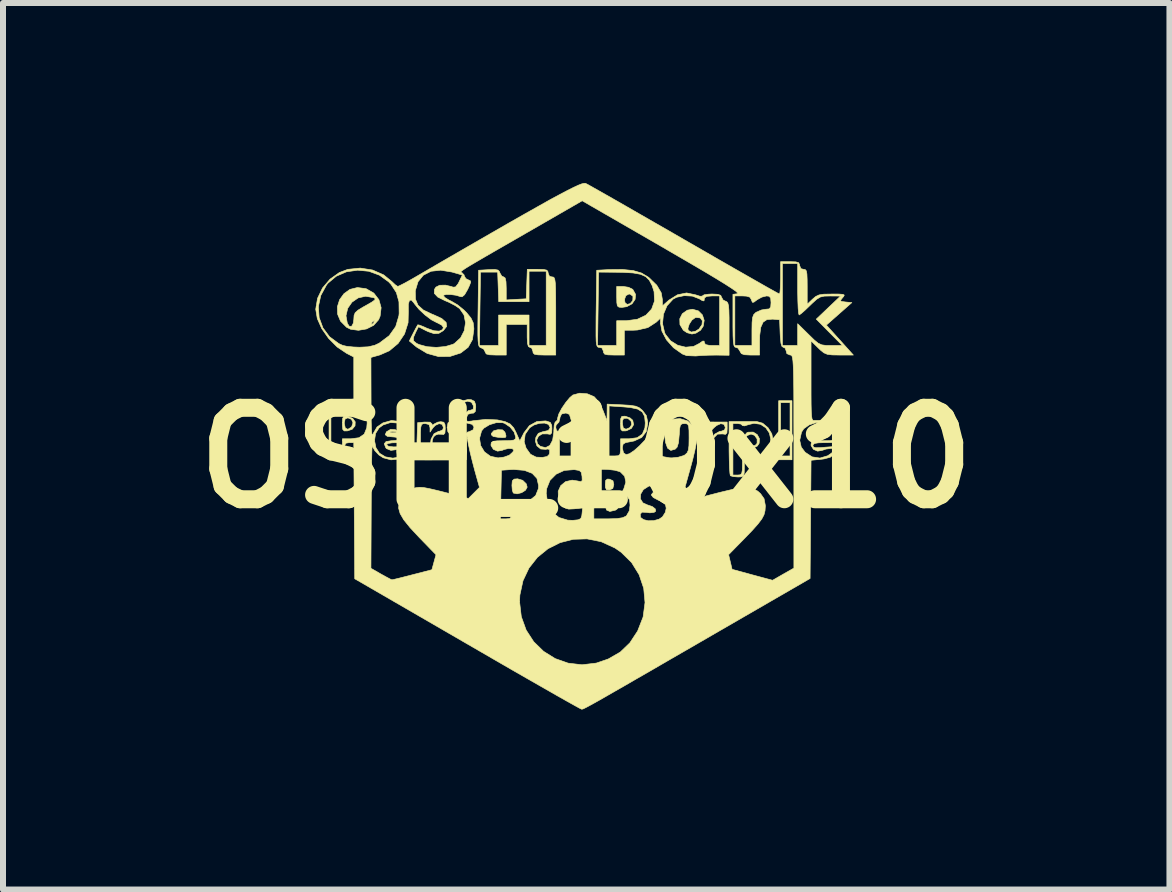
<source format=kicad_pcb>
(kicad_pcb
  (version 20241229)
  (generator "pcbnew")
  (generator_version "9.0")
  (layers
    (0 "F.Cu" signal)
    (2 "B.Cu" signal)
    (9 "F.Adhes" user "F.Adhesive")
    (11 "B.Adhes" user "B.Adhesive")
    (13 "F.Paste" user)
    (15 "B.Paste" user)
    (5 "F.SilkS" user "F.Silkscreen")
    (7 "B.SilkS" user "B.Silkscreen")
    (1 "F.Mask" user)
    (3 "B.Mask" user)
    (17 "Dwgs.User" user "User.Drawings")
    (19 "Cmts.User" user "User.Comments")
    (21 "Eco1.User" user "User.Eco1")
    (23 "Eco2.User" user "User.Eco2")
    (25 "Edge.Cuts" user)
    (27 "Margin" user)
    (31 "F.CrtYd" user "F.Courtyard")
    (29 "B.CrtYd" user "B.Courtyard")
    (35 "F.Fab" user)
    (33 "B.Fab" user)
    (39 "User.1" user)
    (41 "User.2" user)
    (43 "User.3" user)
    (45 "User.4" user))
  (footprint "OSH_10x10"
    (layer "F.Cu")
    (at 6.72 4.581)
    (property "Reference" "OSH_10x10" (at 0 0 0) (layer "F.SilkS") (effects (font (size 1.524 1.524) (thickness 0.3))))
    (attr through_hole)
    (fp_poly (pts (xy 0.389 0.355) (xy 0.446 0.382) (xy 0.46 0.445) (xy 0.443 0.51) (xy 0.389 0.534) (xy 0.339 0.532) (xy 0.32 0.494) (xy 0.318 0.445) (xy 0.324 0.376) (xy 0.353 0.353) (xy 0.389 0.355)) (stroke (width 0.01) (type solid)) (fill yes) (layer "F.SilkS"))
    (fp_poly (pts (xy 3.429 0.032) (xy 3.207 0.032) (xy 3.207 -0.921) (xy 3.239 -0.921) (xy 3.239 -0.032) (xy 3.397 -0.032) (xy 3.397 -0.921) (xy 3.239 -0.921) (xy 3.207 -0.921) (xy 3.207 -0.953) (xy 3.429 -0.953) (xy 3.429 0.032)) (stroke (width 0.01) (type solid)) (fill yes) (layer "F.SilkS"))
    (fp_poly (pts (xy -1.395 -0.467) (xy -1.357 -0.432) (xy -1.349 -0.412) (xy -1.336 -0.363) (xy -1.347 -0.341) (xy -1.396 -0.338) (xy -1.47 -0.343) (xy -1.551 -0.357) (xy -1.581 -0.384) (xy -1.581 -0.407) (xy -1.542 -0.452) (xy -1.471 -0.47) (xy -1.395 -0.467)) (stroke (width 0.01) (type solid)) (fill yes) (layer "F.SilkS"))
    (fp_poly (pts (xy 0.427 0.677) (xy 0.468 0.687) (xy 0.522 0.726) (xy 0.541 0.789) (xy 0.521 0.847) (xy 0.49 0.87) (xy 0.394 0.893) (xy 0.338 0.869) (xy 0.318 0.796) (xy 0.318 0.778) (xy 0.325 0.702) (xy 0.357 0.671) (xy 0.427 0.677)) (stroke (width 0.01) (type solid)) (fill yes) (layer "F.SilkS"))
    (fp_poly (pts (xy -1.059 0.374) (xy -0.999 0.433) (xy -0.984 0.488) (xy -1.012 0.539) (xy -1.076 0.58) (xy -1.152 0.599) (xy -1.212 0.587) (xy -1.217 0.582) (xy -1.232 0.539) (xy -1.238 0.461) (xy -1.238 0.455) (xy -1.232 0.383) (xy -1.202 0.354) (xy -1.144 0.349) (xy -1.059 0.374)) (stroke (width 0.01) (type solid)) (fill yes) (layer "F.SilkS"))
    (fp_poly (pts (xy 3.93 -0.47) (xy 3.982 -0.443) (xy 3.988 -0.432) (xy 3.998 -0.373) (xy 3.965 -0.345) (xy 3.881 -0.342) (xy 3.864 -0.343) (xy 3.783 -0.357) (xy 3.753 -0.384) (xy 3.753 -0.407) (xy 3.766 -0.422) (xy 3.83 -0.422) (xy 3.873 -0.418) (xy 3.919 -0.423) (xy 3.913 -0.434) (xy 3.848 -0.438) (xy 3.834 -0.434) (xy 3.83 -0.422) (xy 3.766 -0.422) (xy 3.788 -0.449) (xy 3.856 -0.471) (xy 3.93 -0.47)) (stroke (width 0.01) (type solid)) (fill yes) (layer "F.SilkS"))
    (fp_poly (pts (xy -3.98 -0.693) (xy -3.893 -0.66) (xy -3.85 -0.601) (xy -3.853 -0.534) (xy -3.9 -0.477) (xy -3.98 -0.45) (xy -4.033 -0.449) (xy -4.057 -0.473) (xy -4.064 -0.54) (xy -4.064 -0.572) (xy -4.032 -0.572) (xy -4.015 -0.497) (xy -3.972 -0.476) (xy -3.914 -0.513) (xy -3.909 -0.52) (xy -3.887 -0.584) (xy -3.912 -0.642) (xy -3.972 -0.667) (xy -4.017 -0.65) (xy -4.032 -0.59) (xy -4.032 -0.572) (xy -4.064 -0.572) (xy -4.061 -0.654) (xy -4.043 -0.69) (xy -4 -0.695) (xy -3.98 -0.693)) (stroke (width 0.01) (type solid)) (fill yes) (layer "F.SilkS"))
    (fp_poly (pts (xy 2.85 -0.388) (xy 2.887 -0.32) (xy 2.882 -0.243) (xy 2.851 -0.197) (xy 2.778 -0.162) (xy 2.693 -0.169) (xy 2.636 -0.206) (xy 2.614 -0.271) (xy 2.638 -0.271) (xy 2.673 -0.213) (xy 2.746 -0.191) (xy 2.817 -0.209) (xy 2.848 -0.242) (xy 2.848 -0.316) (xy 2.805 -0.376) (xy 2.746 -0.397) (xy 2.683 -0.372) (xy 2.657 -0.346) (xy 2.638 -0.271) (xy 2.614 -0.271) (xy 2.611 -0.278) (xy 2.627 -0.358) (xy 2.676 -0.418) (xy 2.698 -0.428) (xy 2.783 -0.43) (xy 2.85 -0.388)) (stroke (width 0.01) (type solid)) (fill yes) (layer "F.SilkS"))
    (fp_poly (pts (xy 0.656 -0.693) (xy 0.732 -0.665) (xy 0.775 -0.627) (xy 0.79 -0.554) (xy 0.753 -0.491) (xy 0.674 -0.453) (xy 0.656 -0.45) (xy 0.602 -0.449) (xy 0.578 -0.473) (xy 0.572 -0.54) (xy 0.572 -0.572) (xy 0.572 -0.574) (xy 0.603 -0.574) (xy 0.618 -0.498) (xy 0.663 -0.478) (xy 0.725 -0.504) (xy 0.758 -0.554) (xy 0.746 -0.613) (xy 0.697 -0.655) (xy 0.674 -0.661) (xy 0.624 -0.658) (xy 0.605 -0.62) (xy 0.603 -0.574) (xy 0.572 -0.574) (xy 0.575 -0.654) (xy 0.592 -0.69) (xy 0.635 -0.695) (xy 0.656 -0.693)) (stroke (width 0.01) (type solid)) (fill yes) (layer "F.SilkS"))
    (fp_poly (pts (xy 0.706 -2.843) (xy 0.774 -2.809) (xy 0.776 -2.808) (xy 0.822 -2.726) (xy 0.815 -2.642) (xy 0.764 -2.568) (xy 0.676 -2.52) (xy 0.596 -2.508) (xy 0.546 -2.512) (xy 0.519 -2.533) (xy 0.51 -2.587) (xy 0.509 -2.642) (xy 0.638 -2.642) (xy 0.646 -2.588) (xy 0.682 -2.558) (xy 0.733 -2.571) (xy 0.774 -2.621) (xy 0.776 -2.625) (xy 0.779 -2.693) (xy 0.733 -2.728) (xy 0.712 -2.731) (xy 0.661 -2.704) (xy 0.638 -2.642) (xy 0.509 -2.642) (xy 0.508 -2.683) (xy 0.508 -2.857) (xy 0.617 -2.857) (xy 0.706 -2.843)) (stroke (width 0.01) (type solid)) (fill yes) (layer "F.SilkS"))
    (fp_poly (pts (xy 1.869 -2.45) (xy 1.936 -2.383) (xy 1.966 -2.291) (xy 1.95 -2.194) (xy 1.905 -2.127) (xy 1.829 -2.079) (xy 1.762 -2.064) (xy 1.68 -2.086) (xy 1.619 -2.127) (xy 1.599 -2.16) (xy 1.695 -2.16) (xy 1.7 -2.125) (xy 1.75 -2.097) (xy 1.822 -2.111) (xy 1.879 -2.148) (xy 1.929 -2.219) (xy 1.935 -2.286) (xy 1.901 -2.332) (xy 1.833 -2.34) (xy 1.814 -2.335) (xy 1.761 -2.296) (xy 1.717 -2.228) (xy 1.695 -2.16) (xy 1.599 -2.16) (xy 1.562 -2.22) (xy 1.559 -2.318) (xy 1.602 -2.403) (xy 1.684 -2.461) (xy 1.771 -2.477) (xy 1.869 -2.45)) (stroke (width 0.01) (type solid)) (fill yes) (layer "F.SilkS"))
    (fp_poly (pts (xy 2.349 -0.597) (xy 2.349 -0.488) (xy 2.345 -0.416) (xy 2.322 -0.392) (xy 2.275 -0.399) (xy 2.187 -0.396) (xy 2.129 -0.336) (xy 2.099 -0.221) (xy 2.095 -0.141) (xy 2.095 0.032) (xy 1.873 0.032) (xy 1.873 -0.302) (xy 1.905 -0.302) (xy 1.906 -0.171) (xy 1.91 -0.091) (xy 1.923 -0.05) (xy 1.946 -0.034) (xy 1.984 -0.032) (xy 2.033 -0.038) (xy 2.057 -0.067) (xy 2.063 -0.136) (xy 2.064 -0.175) (xy 2.084 -0.303) (xy 2.14 -0.395) (xy 2.223 -0.441) (xy 2.254 -0.445) (xy 2.307 -0.467) (xy 2.318 -0.508) (xy 2.296 -0.559) (xy 2.242 -0.57) (xy 2.173 -0.54) (xy 2.128 -0.502) (xy 2.064 -0.433) (xy 2.064 -0.502) (xy 2.048 -0.556) (xy 1.989 -0.571) (xy 1.984 -0.572) (xy 1.946 -0.569) (xy 1.922 -0.553) (xy 1.91 -0.511) (xy 1.906 -0.431) (xy 1.905 -0.302) (xy 1.873 -0.302) (xy 1.873 -0.599) (xy 2.349 -0.597)) (stroke (width 0.01) (type solid)) (fill yes) (layer "F.SilkS"))
    (fp_poly (pts (xy -3.672 -2.82) (xy -3.667 -2.819) (xy -3.54 -2.746) (xy -3.455 -2.636) (xy -3.418 -2.503) (xy -3.435 -2.362) (xy -3.461 -2.301) (xy -3.543 -2.209) (xy -3.662 -2.149) (xy -3.796 -2.126) (xy -3.925 -2.143) (xy -3.994 -2.177) (xy -4.095 -2.279) (xy -4.133 -2.369) (xy -4.004 -2.369) (xy -3.981 -2.241) (xy -3.946 -2.191) (xy -3.908 -2.195) (xy -3.892 -2.225) (xy -3.58 -2.225) (xy -3.576 -2.223) (xy -3.547 -2.245) (xy -3.54 -2.254) (xy -3.532 -2.284) (xy -3.536 -2.286) (xy -3.565 -2.264) (xy -3.572 -2.254) (xy -3.58 -2.225) (xy -3.892 -2.225) (xy -3.881 -2.247) (xy -3.873 -2.31) (xy -3.869 -2.374) (xy -3.85 -2.42) (xy -3.803 -2.462) (xy -3.716 -2.515) (xy -3.676 -2.537) (xy -3.575 -2.595) (xy -3.525 -2.631) (xy -3.517 -2.655) (xy -3.541 -2.67) (xy -3.677 -2.694) (xy -3.801 -2.666) (xy -3.904 -2.595) (xy -3.975 -2.493) (xy -4.004 -2.369) (xy -4.133 -2.369) (xy -4.144 -2.397) (xy -4.147 -2.52) (xy -4.11 -2.637) (xy -4.038 -2.736) (xy -3.938 -2.808) (xy -3.813 -2.839) (xy -3.672 -2.82)) (stroke (width 0.01) (type solid)) (fill yes) (layer "F.SilkS"))
    (fp_poly (pts (xy 2.842 -0.606) (xy 2.942 -0.577) (xy 3.031 -0.502) (xy 3.093 -0.401) (xy 3.111 -0.309) (xy 3.09 -0.194) (xy 3.035 -0.086) (xy 2.959 -0.007) (xy 2.905 0.019) (xy 2.811 0.028) (xy 2.729 0.02) (xy 2.635 0.002) (xy 2.635 0.16) (xy 2.633 0.253) (xy 2.621 0.3) (xy 2.586 0.316) (xy 2.529 0.318) (xy 2.451 0.312) (xy 2.404 0.298) (xy 2.402 0.296) (xy 2.395 0.258) (xy 2.388 0.169) (xy 2.384 0.041) (xy 2.381 -0.114) (xy 2.381 -0.165) (xy 2.381 -0.572) (xy 2.445 -0.572) (xy 2.445 0.286) (xy 2.524 0.286) (xy 2.568 0.282) (xy 2.591 0.26) (xy 2.601 0.206) (xy 2.603 0.106) (xy 2.603 0.09) (xy 2.605 -0.015) (xy 2.611 -0.068) (xy 2.627 -0.079) (xy 2.656 -0.057) (xy 2.662 -0.053) (xy 2.757 -0.004) (xy 2.864 -0.013) (xy 2.971 -0.078) (xy 2.987 -0.093) (xy 3.057 -0.198) (xy 3.076 -0.309) (xy 3.052 -0.414) (xy 2.992 -0.502) (xy 2.904 -0.56) (xy 2.795 -0.576) (xy 2.704 -0.554) (xy 2.638 -0.533) (xy 2.604 -0.538) (xy 2.603 -0.541) (xy 2.576 -0.564) (xy 2.524 -0.572) (xy 2.445 -0.572) (xy 2.381 -0.572) (xy 2.381 -0.605) (xy 2.564 -0.606) (xy 2.684 -0.606) (xy 2.794 -0.606) (xy 2.842 -0.606)) (stroke (width 0.01) (type solid)) (fill yes) (layer "F.SilkS"))
    (fp_poly (pts (xy -2.373 -0.594) (xy -2.353 -0.554) (xy -2.349 -0.489) (xy -2.355 -0.414) (xy -2.376 -0.389) (xy -2.399 -0.393) (xy -2.467 -0.395) (xy -2.511 -0.38) (xy -2.546 -0.349) (xy -2.565 -0.293) (xy -2.571 -0.195) (xy -2.572 -0.158) (xy -2.572 0.032) (xy -2.684 0.032) (xy -2.766 0.021) (xy -2.811 -0.008) (xy -2.812 -0.011) (xy -2.819 -0.06) (xy -2.822 -0.156) (xy -2.82 -0.279) (xy -2.82 -0.302) (xy -2.762 -0.302) (xy -2.762 -0.171) (xy -2.757 -0.091) (xy -2.745 -0.05) (xy -2.721 -0.034) (xy -2.683 -0.032) (xy -2.635 -0.037) (xy -2.611 -0.065) (xy -2.604 -0.133) (xy -2.603 -0.18) (xy -2.586 -0.312) (xy -2.536 -0.403) (xy -2.459 -0.443) (xy -2.44 -0.445) (xy -2.39 -0.469) (xy -2.381 -0.508) (xy -2.402 -0.559) (xy -2.453 -0.57) (xy -2.515 -0.542) (xy -2.554 -0.501) (xy -2.603 -0.43) (xy -2.603 -0.501) (xy -2.619 -0.555) (xy -2.677 -0.571) (xy -2.683 -0.572) (xy -2.721 -0.569) (xy -2.745 -0.553) (xy -2.757 -0.511) (xy -2.762 -0.431) (xy -2.762 -0.302) (xy -2.82 -0.302) (xy -2.819 -0.32) (xy -2.81 -0.587) (xy -2.691 -0.597) (xy -2.602 -0.595) (xy -2.572 -0.568) (xy -2.572 -0.567) (xy -2.562 -0.543) (xy -2.534 -0.565) (xy -2.473 -0.596) (xy -2.423 -0.603) (xy -2.373 -0.594)) (stroke (width 0.01) (type solid)) (fill yes) (layer "F.SilkS"))
    (fp_poly (pts (xy -0.708 -3.14) (xy -0.656 -3.128) (xy -0.637 -3.101) (xy -0.635 -3.08) (xy -0.613 -3.027) (xy -0.572 -3.016) (xy -0.55 -3.014) (xy -0.534 -3.001) (xy -0.523 -2.97) (xy -0.515 -2.912) (xy -0.511 -2.82) (xy -0.509 -2.686) (xy -0.508 -2.5) (xy -0.508 -2.365) (xy -0.508 -1.714) (xy -0.699 -1.714) (xy -0.805 -1.717) (xy -0.862 -1.727) (xy -0.885 -1.75) (xy -0.889 -1.778) (xy -0.909 -1.83) (xy -0.937 -1.841) (xy -0.964 -1.856) (xy -0.979 -1.908) (xy -0.984 -2.009) (xy -0.984 -2.032) (xy -0.984 -2.223) (xy -1.333 -2.223) (xy -1.333 -1.714) (xy -1.508 -1.714) (xy -1.612 -1.718) (xy -1.666 -1.732) (xy -1.683 -1.761) (xy -1.683 -1.765) (xy -1.709 -1.813) (xy -1.747 -1.832) (xy -1.769 -1.841) (xy -1.785 -1.858) (xy -1.79 -1.873) (xy -1.779 -1.873) (xy -1.46 -1.873) (xy -1.46 -2.381) (xy -0.953 -2.381) (xy -0.953 -1.873) (xy -0.667 -1.873) (xy -0.667 -3.111) (xy -0.953 -3.111) (xy -0.953 -2.603) (xy -1.458 -2.603) (xy -1.467 -2.85) (xy -1.476 -3.096) (xy -1.762 -3.096) (xy -1.771 -2.484) (xy -1.779 -1.873) (xy -1.79 -1.873) (xy -1.796 -1.892) (xy -1.802 -1.952) (xy -1.806 -2.046) (xy -1.806 -2.183) (xy -1.804 -2.371) (xy -1.802 -2.488) (xy -1.794 -3.127) (xy -1.625 -3.137) (xy -1.525 -3.14) (xy -1.47 -3.13) (xy -1.445 -3.102) (xy -1.438 -3.081) (xy -1.407 -3.029) (xy -1.377 -3.016) (xy -1.351 -2.998) (xy -1.337 -2.936) (xy -1.333 -2.824) (xy -1.333 -2.632) (xy -1.167 -2.642) (xy -1 -2.651) (xy -0.991 -2.897) (xy -0.982 -3.143) (xy -0.808 -3.143) (xy -0.708 -3.14)) (stroke (width 0.01) (type solid)) (fill yes) (layer "F.SilkS"))
    (fp_poly (pts (xy 0.782 -3.122) (xy 0.921 -3.081) (xy 1.033 -3.014) (xy 1.044 -3.006) (xy 1.176 -2.877) (xy 1.25 -2.751) (xy 1.27 -2.635) (xy 1.27 -2.533) (xy 1.377 -2.628) (xy 1.521 -2.718) (xy 1.672 -2.749) (xy 1.824 -2.717) (xy 1.824 -2.717) (xy 1.895 -2.694) (xy 1.934 -2.695) (xy 1.937 -2.7) (xy 1.965 -2.718) (xy 2.038 -2.728) (xy 2.095 -2.731) (xy 2.194 -2.726) (xy 2.242 -2.709) (xy 2.254 -2.68) (xy 2.281 -2.632) (xy 2.318 -2.613) (xy 2.343 -2.602) (xy 2.36 -2.58) (xy 2.372 -2.535) (xy 2.378 -2.458) (xy 2.381 -2.338) (xy 2.381 -2.165) (xy 2.381 -2.153) (xy 2.381 -1.71) (xy 2.167 -1.713) (xy 2.033 -1.711) (xy 1.904 -1.705) (xy 1.826 -1.698) (xy 1.674 -1.704) (xy 1.603 -1.731) (xy 1.454 -1.836) (xy 1.337 -1.968) (xy 1.261 -2.113) (xy 1.239 -2.237) (xy 1.272 -2.237) (xy 1.307 -2.087) (xy 1.319 -2.061) (xy 1.406 -1.951) (xy 1.525 -1.877) (xy 1.658 -1.845) (xy 1.79 -1.858) (xy 1.885 -1.907) (xy 1.942 -1.947) (xy 1.965 -1.946) (xy 1.968 -1.923) (xy 1.987 -1.889) (xy 2.05 -1.875) (xy 2.095 -1.873) (xy 2.223 -1.873) (xy 2.223 -2.699) (xy 2.095 -2.699) (xy 2.009 -2.692) (xy 1.972 -2.667) (xy 1.968 -2.647) (xy 1.963 -2.616) (xy 1.934 -2.621) (xy 1.883 -2.652) (xy 1.769 -2.696) (xy 1.634 -2.704) (xy 1.507 -2.677) (xy 1.448 -2.646) (xy 1.347 -2.536) (xy 1.287 -2.394) (xy 1.272 -2.237) (xy 1.239 -2.237) (xy 1.238 -2.241) (xy 1.238 -2.329) (xy 1.167 -2.262) (xy 1.028 -2.172) (xy 0.854 -2.131) (xy 0.776 -2.127) (xy 0.635 -2.127) (xy 0.635 -1.714) (xy 0.46 -1.714) (xy 0.359 -1.717) (xy 0.307 -1.729) (xy 0.288 -1.756) (xy 0.286 -1.778) (xy 0.263 -1.831) (xy 0.222 -1.841) (xy 0.2 -1.844) (xy 0.184 -1.856) (xy 0.178 -1.873) (xy 0.189 -1.873) (xy 0.508 -1.873) (xy 0.508 -2.286) (xy 0.67 -2.286) (xy 0.851 -2.31) (xy 0.993 -2.377) (xy 1.09 -2.48) (xy 1.138 -2.613) (xy 1.131 -2.769) (xy 1.098 -2.872) (xy 1.052 -2.96) (xy 0.991 -3.021) (xy 0.904 -3.06) (xy 0.78 -3.082) (xy 0.607 -3.092) (xy 0.546 -3.093) (xy 0.206 -3.096) (xy 0.198 -2.484) (xy 0.189 -1.873) (xy 0.178 -1.873) (xy 0.173 -1.886) (xy 0.166 -1.942) (xy 0.163 -2.032) (xy 0.163 -2.165) (xy 0.164 -2.348) (xy 0.166 -2.484) (xy 0.175 -3.127) (xy 0.381 -3.138) (xy 0.606 -3.14) (xy 0.782 -3.122)) (stroke (width 0.01) (type solid)) (fill yes) (layer "F.SilkS"))
    (fp_poly (pts (xy -0.012 -4.576) (xy -0.009 -4.574) (xy 0.032 -4.553) (xy 0.122 -4.502) (xy 0.257 -4.426) (xy 0.431 -4.327) (xy 0.639 -4.208) (xy 0.877 -4.071) (xy 1.138 -3.921) (xy 1.419 -3.76) (xy 1.633 -3.636) (xy 1.922 -3.47) (xy 2.194 -3.313) (xy 2.445 -3.169) (xy 2.669 -3.041) (xy 2.862 -2.931) (xy 3.018 -2.842) (xy 3.133 -2.778) (xy 3.202 -2.74) (xy 3.221 -2.731) (xy 3.229 -2.76) (xy 3.235 -2.838) (xy 3.238 -2.951) (xy 3.239 -3) (xy 3.239 -3.239) (xy 3.27 -3.239) (xy 3.27 -1.873) (xy 3.524 -1.873) (xy 3.524 -2.236) (xy 3.708 -2.055) (xy 3.8 -1.965) (xy 3.866 -1.911) (xy 3.925 -1.884) (xy 3.994 -1.874) (xy 4.08 -1.873) (xy 4.269 -1.873) (xy 3.834 -2.312) (xy 4.036 -2.504) (xy 4.239 -2.697) (xy 4.064 -2.698) (xy 3.969 -2.696) (xy 3.902 -2.681) (xy 3.841 -2.644) (xy 3.765 -2.575) (xy 3.73 -2.541) (xy 3.649 -2.463) (xy 3.584 -2.406) (xy 3.549 -2.382) (xy 3.548 -2.382) (xy 3.539 -2.412) (xy 3.532 -2.493) (xy 3.527 -2.615) (xy 3.524 -2.766) (xy 3.524 -2.81) (xy 3.524 -3.239) (xy 3.27 -3.239) (xy 3.239 -3.239) (xy 3.239 -3.27) (xy 3.397 -3.27) (xy 3.492 -3.267) (xy 3.54 -3.253) (xy 3.555 -3.221) (xy 3.556 -3.207) (xy 3.578 -3.154) (xy 3.619 -3.143) (xy 3.649 -3.139) (xy 3.668 -3.117) (xy 3.678 -3.065) (xy 3.682 -2.972) (xy 3.683 -2.852) (xy 3.683 -2.56) (xy 3.772 -2.645) (xy 3.825 -2.69) (xy 3.881 -2.716) (xy 3.959 -2.728) (xy 4.079 -2.73) (xy 4.094 -2.731) (xy 4.213 -2.73) (xy 4.279 -2.725) (xy 4.301 -2.713) (xy 4.29 -2.69) (xy 4.272 -2.669) (xy 4.239 -2.627) (xy 4.25 -2.608) (xy 4.314 -2.599) (xy 4.322 -2.598) (xy 4.427 -2.588) (xy 4.002 -2.213) (xy 4.227 -1.964) (xy 4.452 -1.714) (xy 4.22 -1.714) (xy 4.098 -1.716) (xy 4.018 -1.726) (xy 3.96 -1.751) (xy 3.902 -1.798) (xy 3.867 -1.832) (xy 3.747 -1.95) (xy 3.747 -1.279) (xy 3.747 -1.057) (xy 3.748 -0.891) (xy 3.751 -0.772) (xy 3.756 -0.694) (xy 3.764 -0.648) (xy 3.777 -0.627) (xy 3.793 -0.622) (xy 3.808 -0.625) (xy 3.901 -0.625) (xy 4.01 -0.592) (xy 4.105 -0.538) (xy 4.143 -0.499) (xy 4.18 -0.413) (xy 4.191 -0.342) (xy 4.188 -0.295) (xy 4.171 -0.268) (xy 4.124 -0.257) (xy 4.033 -0.254) (xy 3.985 -0.254) (xy 3.869 -0.251) (xy 3.805 -0.24) (xy 3.78 -0.218) (xy 3.778 -0.205) (xy 3.788 -0.18) (xy 3.825 -0.169) (xy 3.904 -0.171) (xy 3.985 -0.178) (xy 4.107 -0.187) (xy 4.172 -0.178) (xy 4.187 -0.148) (xy 4.156 -0.092) (xy 4.133 -0.063) (xy 4.068 -0.011) (xy 3.964 0.017) (xy 3.912 0.024) (xy 3.747 0.04) (xy 3.739 1.025) (xy 3.731 2.01) (xy 2.143 2.928) (xy 1.746 3.158) (xy 1.399 3.358) (xy 1.101 3.531) (xy 0.847 3.677) (xy 0.633 3.801) (xy 0.456 3.902) (xy 0.312 3.985) (xy 0.198 4.05) (xy 0.11 4.099) (xy 0.044 4.135) (xy -0.003 4.16) (xy -0.035 4.176) (xy -0.055 4.185) (xy -0.068 4.188) (xy -0.076 4.189) (xy -0.078 4.188) (xy -0.111 4.172) (xy -0.193 4.127) (xy -0.322 4.055) (xy -0.492 3.959) (xy -0.698 3.841) (xy -0.936 3.705) (xy -1.203 3.552) (xy -1.492 3.385) (xy -1.799 3.207) (xy -1.984 3.1) (xy -3.198 2.397) (xy -1.111 2.397) (xy -1.082 2.646) (xy -1.001 2.87) (xy -0.875 3.064) (xy -0.711 3.224) (xy -0.517 3.345) (xy -0.301 3.421) (xy -0.07 3.448) (xy 0.168 3.42) (xy 0.367 3.352) (xy 0.568 3.236) (xy 0.727 3.083) (xy 0.857 2.885) (xy 0.948 2.652) (xy 0.98 2.411) (xy 0.958 2.173) (xy 0.882 1.948) (xy 0.756 1.744) (xy 0.582 1.573) (xy 0.479 1.502) (xy 0.249 1.397) (xy 0.014 1.35) (xy -0.216 1.357) (xy -0.436 1.413) (xy -0.637 1.514) (xy -0.813 1.657) (xy -0.954 1.836) (xy -1.054 2.048) (xy -1.106 2.287) (xy -1.111 2.397) (xy -3.198 2.397) (xy -3.858 2.015) (xy -3.866 0.881) (xy -3.874 -0.254) (xy -3.951 -0.254) (xy -4.001 -0.246) (xy -4.026 -0.212) (xy -4.037 -0.133) (xy -4.038 -0.119) (xy -4.048 -0.034) (xy -4.072 0.007) (xy -4.127 0.022) (xy -4.167 0.026) (xy -4.286 0.036) (xy -4.286 -0.032) (xy -4.255 -0.032) (xy -4.159 -0.032) (xy -4.101 -0.036) (xy -4.073 -0.06) (xy -4.065 -0.121) (xy -4.064 -0.175) (xy -4.064 -0.289) (xy -3.528 -0.289) (xy -3.505 -0.171) (xy -3.446 -0.078) (xy -3.346 -0.017) (xy -3.223 0.004) (xy -3.101 -0.015) (xy -3.009 -0.071) (xy -2.963 -0.121) (xy -2.962 -0.143) (xy -2.995 -0.153) (xy -3.069 -0.153) (xy -3.138 -0.141) (xy -3.255 -0.125) (xy -3.329 -0.155) (xy -3.341 -0.17) (xy -3.366 -0.235) (xy -3.336 -0.272) (xy -3.249 -0.286) (xy -3.239 -0.286) (xy -3.159 -0.293) (xy -3.115 -0.31) (xy -3.111 -0.318) (xy -3.139 -0.339) (xy -3.207 -0.349) (xy -3.217 -0.349) (xy -3.313 -0.358) (xy -3.35 -0.386) (xy -3.333 -0.425) (xy -3.275 -0.425) (xy -3.232 -0.419) (xy -3.223 -0.419) (xy -3.168 -0.422) (xy -3.164 -0.432) (xy -3.166 -0.434) (xy -3.229 -0.44) (xy -3.262 -0.435) (xy -3.275 -0.425) (xy -3.333 -0.425) (xy -3.33 -0.434) (xy -3.261 -0.475) (xy -3.182 -0.47) (xy -3.114 -0.428) (xy -3.08 -0.356) (xy -3.08 -0.343) (xy -3.057 -0.297) (xy -3 -0.286) (xy -2.945 -0.289) (xy -2.926 -0.307) (xy -2.938 -0.357) (xy -2.966 -0.426) (xy -3.037 -0.526) (xy -3.141 -0.581) (xy -3.262 -0.589) (xy -3.384 -0.549) (xy -3.453 -0.499) (xy -3.511 -0.407) (xy -3.528 -0.289) (xy -4.064 -0.289) (xy -4.064 -0.318) (xy -3.921 -0.318) (xy -3.787 -0.336) (xy -3.7 -0.396) (xy -3.658 -0.5) (xy -3.651 -0.582) (xy -3.662 -0.691) (xy -3.702 -0.765) (xy -3.779 -0.813) (xy -3.903 -0.84) (xy -4.016 -0.85) (xy -4.255 -0.866) (xy -4.255 -0.032) (xy -4.286 -0.032) (xy -4.286 -0.889) (xy -3.873 -0.889) (xy -3.874 -1.285) (xy -3.874 -1.674) (xy -3.588 -1.674) (xy -3.586 -0.988) (xy -3.585 -0.763) (xy -3.583 -0.596) (xy -3.579 -0.481) (xy -3.574 -0.412) (xy -3.566 -0.383) (xy -3.556 -0.389) (xy -3.546 -0.413) (xy -3.487 -0.514) (xy -3.388 -0.583) (xy -3.245 -0.623) (xy -3.113 -0.607) (xy -3.002 -0.541) (xy -2.925 -0.43) (xy -2.902 -0.356) (xy -2.881 -0.254) (xy -3.11 -0.254) (xy -3.235 -0.251) (xy -3.304 -0.24) (xy -3.326 -0.221) (xy -3.325 -0.214) (xy -3.293 -0.192) (xy -3.21 -0.183) (xy -3.098 -0.186) (xy -2.985 -0.19) (xy -2.924 -0.188) (xy -2.903 -0.174) (xy -2.911 -0.146) (xy -2.919 -0.132) (xy -3.003 -0.035) (xy -3.121 0.021) (xy -3.254 0.033) (xy -3.384 -0.002) (xy -3.456 -0.049) (xy -3.522 -0.119) (xy -3.563 -0.189) (xy -3.565 -0.2) (xy -3.569 -0.186) (xy -3.572 -0.116) (xy -3.575 0.004) (xy -3.578 0.168) (xy -3.581 0.368) (xy -3.582 0.598) (xy -3.583 0.785) (xy -3.588 1.84) (xy -3.421 1.936) (xy -3.33 1.986) (xy -3.264 2.021) (xy -3.239 2.032) (xy -3.203 2.025) (xy -3.12 2.005) (xy -3.002 1.975) (xy -2.897 1.948) (xy -2.572 1.864) (xy -2.504 1.614) (xy -2.788 1.321) (xy -2.936 1.162) (xy -3.039 1.034) (xy -3.05 1.016) (xy -1.431 1.016) (xy -1.336 1.016) (xy -1.277 1.011) (xy -1.247 0.983) (xy -1.235 0.916) (xy -1.232 0.881) (xy -1.222 0.746) (xy -1.073 0.736) (xy -0.935 0.703) (xy -0.842 0.627) (xy -0.828 0.591) (xy -0.667 0.591) (xy -0.641 0.763) (xy -0.569 0.9) (xy -0.455 0.993) (xy -0.308 1.038) (xy -0.222 1.041) (xy -0.134 1.032) (xy -0.09 1.011) (xy -0.074 0.965) (xy -0.07 0.932) (xy -0.06 0.833) (xy -0.2 0.849) (xy -0.292 0.854) (xy -0.35 0.836) (xy -0.401 0.785) (xy -0.408 0.777) (xy -0.464 0.665) (xy -0.467 0.556) (xy -0.424 0.462) (xy -0.344 0.396) (xy -0.235 0.371) (xy -0.149 0.384) (xy -0.088 0.397) (xy -0.067 0.376) (xy -0.07 0.308) (xy -0.07 0.308) (xy -0.082 0.241) (xy -0.116 0.21) (xy -0.192 0.197) (xy -0.203 0.196) (xy -0.366 0.209) (xy -0.502 0.272) (xy -0.604 0.375) (xy -0.659 0.512) (xy -0.667 0.591) (xy -0.828 0.591) (xy -0.797 0.512) (xy -0.794 0.462) (xy -0.821 0.343) (xy -0.9 0.258) (xy -1.03 0.208) (xy -1.208 0.193) (xy -1.271 0.196) (xy -1.413 0.206) (xy -1.422 0.611) (xy -1.431 1.016) (xy -3.05 1.016) (xy -3.101 0.929) (xy -3.127 0.838) (xy -3.12 0.752) (xy -3.09 0.674) (xy -3.031 0.585) (xy -2.947 0.531) (xy -2.898 0.513) (xy -2.838 0.497) (xy -2.78 0.49) (xy -2.711 0.494) (xy -2.616 0.512) (xy -2.483 0.543) (xy -2.363 0.573) (xy -1.963 0.676) (xy -1.871 0.584) (xy -1.779 0.492) (xy -1.859 0.206) (xy -1.863 0.191) (xy 0.127 0.191) (xy 0.127 1.016) (xy 0.371 1.016) (xy 0.513 1.012) (xy 0.607 0.997) (xy 0.665 0.97) (xy 0.672 0.963) (xy 0.686 0.939) (xy 0.9 0.939) (xy 0.905 0.992) (xy 0.955 1.029) (xy 1.034 1.048) (xy 1.125 1.046) (xy 1.213 1.022) (xy 1.27 0.984) (xy 1.318 0.908) (xy 1.333 0.839) (xy 1.321 0.78) (xy 1.273 0.737) (xy 1.206 0.707) (xy 1.117 0.66) (xy 1.084 0.617) (xy 1.108 0.583) (xy 1.18 0.566) (xy 1.254 0.548) (xy 1.293 0.52) (xy 1.293 0.519) (xy 1.277 0.486) (xy 1.219 0.464) (xy 1.138 0.457) (xy 1.057 0.468) (xy 1.039 0.473) (xy 0.952 0.529) (xy 0.907 0.605) (xy 0.903 0.683) (xy 0.944 0.749) (xy 1.018 0.783) (xy 1.101 0.811) (xy 1.151 0.85) (xy 1.158 0.888) (xy 1.131 0.908) (xy 1.061 0.916) (xy 0.999 0.908) (xy 0.93 0.905) (xy 0.9 0.939) (xy 0.686 0.939) (xy 0.719 0.881) (xy 0.73 0.788) (xy 0.722 0.7) (xy 0.688 0.65) (xy 0.654 0.631) (xy 0.604 0.602) (xy 0.598 0.568) (xy 0.628 0.511) (xy 0.66 0.404) (xy 0.64 0.306) (xy 0.57 0.235) (xy 0.555 0.228) (xy 0.476 0.206) (xy 0.365 0.193) (xy 0.3 0.191) (xy 0.127 0.191) (xy -1.863 0.191) (xy -1.898 0.057) (xy -1.934 -0.089) (xy -1.96 -0.209) (xy -1.966 -0.238) (xy -1.981 -0.325) (xy -1.778 -0.325) (xy -1.759 -0.204) (xy -1.696 -0.1) (xy -1.596 -0.027) (xy -1.47 0) (xy -1.37 -0.013) (xy -1.285 -0.044) (xy -1.277 -0.049) (xy -1.225 -0.096) (xy -1.206 -0.129) (xy -1.232 -0.153) (xy -1.295 -0.157) (xy -1.37 -0.139) (xy -1.399 -0.126) (xy -1.477 -0.112) (xy -1.547 -0.142) (xy -1.586 -0.204) (xy -1.587 -0.223) (xy -1.581 -0.257) (xy -1.563 -0.268) (xy -1.034 -0.268) (xy -1.002 -0.163) (xy -0.929 -0.061) (xy -0.835 -0.013) (xy -0.73 -0.008) (xy -0.651 -0.023) (xy -0.616 -0.059) (xy -0.609 -0.089) (xy -0.61 -0.14) (xy -0.647 -0.148) (xy -0.674 -0.142) (xy -0.759 -0.148) (xy -0.822 -0.2) (xy -0.848 -0.28) (xy -0.839 -0.342) (xy -0.798 -0.409) (xy -0.724 -0.436) (xy -0.706 -0.439) (xy -0.631 -0.457) (xy -0.604 -0.497) (xy -0.603 -0.51) (xy -0.629 -0.558) (xy -0.695 -0.58) (xy -0.782 -0.576) (xy -0.873 -0.547) (xy -0.943 -0.501) (xy -1.017 -0.393) (xy -1.034 -0.268) (xy -1.563 -0.268) (xy -1.551 -0.276) (xy -1.485 -0.284) (xy -1.381 -0.286) (xy -1.269 -0.288) (xy -1.206 -0.297) (xy -1.18 -0.317) (xy -1.175 -0.345) (xy -1.202 -0.431) (xy -1.269 -0.514) (xy -1.357 -0.574) (xy -1.394 -0.587) (xy -1.499 -0.587) (xy -1.611 -0.553) (xy -1.705 -0.496) (xy -1.744 -0.449) (xy -1.778 -0.325) (xy -1.981 -0.325) (xy -1.993 -0.397) (xy -1.997 -0.183) (xy -2 0.032) (xy -2.223 0.032) (xy -2.223 -0.171) (xy -2.227 -0.293) (xy -2.242 -0.363) (xy -2.27 -0.392) (xy -2.27 -0.392) (xy -2.306 -0.436) (xy -2.318 -0.507) (xy -2.317 -0.511) (xy -2.286 -0.511) (xy -2.264 -0.452) (xy -2.238 -0.433) (xy -2.209 -0.402) (xy -2.194 -0.328) (xy -2.191 -0.223) (xy -2.189 -0.117) (xy -2.18 -0.06) (xy -2.157 -0.036) (xy -2.115 -0.032) (xy -2.113 -0.032) (xy -2.07 -0.036) (xy -2.046 -0.06) (xy -2.033 -0.116) (xy -2.026 -0.221) (xy -2.026 -0.23) (xy -2.018 -0.34) (xy -2.005 -0.401) (xy -1.98 -0.429) (xy -1.945 -0.439) (xy -1.885 -0.468) (xy -1.87 -0.515) (xy -1.899 -0.558) (xy -1.953 -0.572) (xy -2.015 -0.587) (xy -2.032 -0.632) (xy -2.015 -0.735) (xy -1.965 -0.788) (xy -1.931 -0.794) (xy -1.884 -0.81) (xy -1.879 -0.865) (xy -1.912 -0.927) (xy -1.978 -0.945) (xy -2.064 -0.916) (xy -2.105 -0.888) (xy -2.167 -0.822) (xy -2.189 -0.737) (xy -2.191 -0.696) (xy -2.199 -0.609) (xy -2.226 -0.573) (xy -2.238 -0.572) (xy -2.278 -0.545) (xy -2.286 -0.511) (xy -2.317 -0.511) (xy -2.304 -0.583) (xy -2.27 -0.603) (xy -2.232 -0.632) (xy -2.223 -0.696) (xy -2.216 -0.782) (xy -2.203 -0.84) (xy -2.152 -0.901) (xy -2.065 -0.949) (xy -1.969 -0.973) (xy -1.917 -0.97) (xy -1.863 -0.943) (xy -1.843 -0.885) (xy -1.841 -0.846) (xy -1.848 -0.774) (xy -1.878 -0.746) (xy -1.913 -0.744) (xy -1.973 -0.726) (xy -1.995 -0.671) (xy -1.997 -0.623) (xy -1.974 -0.607) (xy -1.909 -0.614) (xy -1.884 -0.619) (xy -1.677 -0.641) (xy -1.482 -0.633) (xy -1.354 -0.605) (xy -1.268 -0.565) (xy -1.209 -0.501) (xy -1.169 -0.423) (xy -1.107 -0.282) (xy -1.037 -0.419) (xy -0.946 -0.538) (xy -0.824 -0.605) (xy -0.681 -0.616) (xy -0.658 -0.612) (xy -0.598 -0.591) (xy -0.575 -0.544) (xy -0.572 -0.488) (xy -0.576 -0.416) (xy -0.599 -0.392) (xy -0.651 -0.4) (xy -0.735 -0.399) (xy -0.796 -0.36) (xy -0.825 -0.3) (xy -0.813 -0.237) (xy -0.764 -0.192) (xy -0.677 -0.171) (xy -0.607 -0.207) (xy -0.56 -0.295) (xy -0.54 -0.43) (xy -0.54 -0.458) (xy -0.536 -0.508) (xy -0.508 -0.508) (xy -0.495 -0.456) (xy -0.476 -0.445) (xy -0.46 -0.415) (xy -0.448 -0.338) (xy -0.445 -0.238) (xy -0.445 -0.032) (xy -0.254 -0.032) (xy 0.381 -0.032) (xy 0.476 -0.032) (xy 0.535 -0.036) (xy 0.563 -0.06) (xy 0.571 -0.121) (xy 0.572 -0.175) (xy 0.572 -0.318) (xy 0.714 -0.318) (xy 0.849 -0.336) (xy 0.935 -0.396) (xy 0.978 -0.5) (xy 0.984 -0.582) (xy 0.973 -0.691) (xy 0.934 -0.765) (xy 0.857 -0.813) (xy 0.732 -0.84) (xy 0.619 -0.85) (xy 0.381 -0.866) (xy 0.381 -0.032) (xy -0.254 -0.032) (xy -0.254 -0.238) (xy -0.252 -0.35) (xy -0.243 -0.412) (xy -0.223 -0.439) (xy -0.191 -0.445) (xy -0.137 -0.467) (xy -0.127 -0.508) (xy -0.15 -0.561) (xy -0.188 -0.572) (xy -0.239 -0.594) (xy -0.26 -0.659) (xy -0.28 -0.724) (xy -0.332 -0.746) (xy -0.349 -0.746) (xy -0.41 -0.732) (xy -0.436 -0.678) (xy -0.439 -0.659) (xy -0.455 -0.595) (xy -0.478 -0.572) (xy -0.502 -0.545) (xy -0.508 -0.508) (xy -0.536 -0.508) (xy -0.534 -0.544) (xy -0.518 -0.596) (xy -0.508 -0.603) (xy -0.482 -0.63) (xy -0.476 -0.665) (xy -0.457 -0.732) (xy -0.408 -0.825) (xy -0.342 -0.922) (xy -0.274 -1.004) (xy -0.222 -1.048) (xy -0.11 -1.078) (xy 0.018 -1.068) (xy 0.127 -1.022) (xy 0.137 -1.015) (xy 0.195 -0.949) (xy 0.254 -0.849) (xy 0.282 -0.785) (xy 0.346 -0.619) (xy 0.348 -0.757) (xy 0.349 -0.896) (xy 0.603 -0.884) (xy 0.735 -0.876) (xy 0.822 -0.862) (xy 0.881 -0.838) (xy 0.931 -0.797) (xy 0.94 -0.788) (xy 1.003 -0.704) (xy 1.024 -0.601) (xy 1.025 -0.573) (xy 1 -0.437) (xy 0.924 -0.34) (xy 0.799 -0.282) (xy 0.744 -0.271) (xy 0.656 -0.254) (xy 0.615 -0.229) (xy 0.604 -0.181) (xy 0.603 -0.161) (xy 0.622 -0.083) (xy 0.664 -0.055) (xy 0.72 -0.069) (xy 0.799 -0.122) (xy 0.889 -0.202) (xy 0.978 -0.295) (xy 1.009 -0.335) (xy 1.143 -0.335) (xy 1.145 -0.21) (xy 1.155 -0.132) (xy 1.175 -0.085) (xy 1.211 -0.051) (xy 1.214 -0.049) (xy 1.289 -0.019) (xy 1.393 -0.001) (xy 1.429 0) (xy 1.534 -0.011) (xy 1.623 -0.038) (xy 1.644 -0.049) (xy 1.681 -0.083) (xy 1.702 -0.129) (xy 1.712 -0.204) (xy 1.714 -0.326) (xy 1.714 -0.335) (xy 1.713 -0.456) (xy 1.707 -0.526) (xy 1.692 -0.56) (xy 1.662 -0.571) (xy 1.637 -0.572) (xy 1.594 -0.567) (xy 1.569 -0.543) (xy 1.557 -0.486) (xy 1.55 -0.38) (xy 1.549 -0.376) (xy 1.538 -0.253) (xy 1.515 -0.179) (xy 1.484 -0.146) (xy 1.41 -0.124) (xy 1.356 -0.162) (xy 1.321 -0.259) (xy 1.308 -0.376) (xy 1.301 -0.484) (xy 1.289 -0.542) (xy 1.265 -0.567) (xy 1.222 -0.571) (xy 1.221 -0.572) (xy 1.181 -0.568) (xy 1.158 -0.55) (xy 1.147 -0.503) (xy 1.143 -0.413) (xy 1.143 -0.335) (xy 1.009 -0.335) (xy 1.052 -0.39) (xy 1.1 -0.473) (xy 1.111 -0.517) (xy 1.122 -0.581) (xy 1.166 -0.602) (xy 1.19 -0.603) (xy 1.27 -0.612) (xy 1.375 -0.632) (xy 1.408 -0.641) (xy 1.562 -0.655) (xy 1.689 -0.616) (xy 1.783 -0.527) (xy 1.834 -0.397) (xy 1.841 -0.311) (xy 1.833 -0.238) (xy 1.81 -0.121) (xy 1.776 0.021) (xy 1.744 0.14) (xy 1.647 0.487) (xy 1.742 0.582) (xy 1.836 0.676) (xy 2.228 0.575) (xy 2.43 0.527) (xy 2.582 0.501) (xy 2.697 0.496) (xy 2.785 0.514) (xy 2.858 0.554) (xy 2.905 0.596) (xy 2.964 0.68) (xy 2.984 0.787) (xy 2.985 0.807) (xy 2.98 0.881) (xy 2.963 0.948) (xy 2.926 1.018) (xy 2.863 1.101) (xy 2.768 1.208) (xy 2.633 1.348) (xy 2.627 1.354) (xy 2.373 1.613) (xy 2.431 1.857) (xy 2.768 1.949) (xy 3.106 2.04) (xy 3.283 1.938) (xy 3.461 1.837) (xy 3.461 0.061) (xy 3.461 -0.293) (xy 3.558 -0.293) (xy 3.584 -0.179) (xy 3.649 -0.093) (xy 3.765 -0.017) (xy 3.895 0.003) (xy 4.024 -0.035) (xy 4.086 -0.078) (xy 4.175 -0.157) (xy 4.086 -0.158) (xy 3.996 -0.147) (xy 3.935 -0.126) (xy 3.857 -0.112) (xy 3.787 -0.142) (xy 3.748 -0.204) (xy 3.747 -0.223) (xy 3.753 -0.257) (xy 3.783 -0.276) (xy 3.849 -0.284) (xy 3.953 -0.286) (xy 4.065 -0.288) (xy 4.128 -0.297) (xy 4.154 -0.317) (xy 4.159 -0.345) (xy 4.132 -0.431) (xy 4.065 -0.514) (xy 3.977 -0.574) (xy 3.94 -0.587) (xy 3.829 -0.587) (xy 3.716 -0.55) (xy 3.626 -0.486) (xy 3.588 -0.428) (xy 3.558 -0.293) (xy 3.461 -0.293) (xy 3.461 -0.319) (xy 3.46 -0.641) (xy 3.46 -0.909) (xy 3.459 -1.128) (xy 3.457 -1.304) (xy 3.454 -1.44) (xy 3.45 -1.542) (xy 3.445 -1.615) (xy 3.438 -1.664) (xy 3.43 -1.694) (xy 3.42 -1.709) (xy 3.408 -1.714) (xy 3.397 -1.714) (xy 3.344 -1.737) (xy 3.334 -1.778) (xy 3.315 -1.829) (xy 3.288 -1.841) (xy 3.262 -1.857) (xy 3.245 -1.912) (xy 3.235 -2.015) (xy 3.232 -2.072) (xy 3.223 -2.302) (xy 3.107 -2.312) (xy 3.012 -2.305) (xy 2.948 -2.262) (xy 2.909 -2.176) (xy 2.891 -2.039) (xy 2.889 -1.946) (xy 2.889 -1.714) (xy 2.734 -1.714) (xy 2.637 -1.719) (xy 2.586 -1.737) (xy 2.563 -1.775) (xy 2.563 -1.778) (xy 2.528 -1.83) (xy 2.495 -1.841) (xy 2.475 -1.849) (xy 2.461 -1.877) (xy 2.452 -1.935) (xy 2.447 -2.033) (xy 2.445 -2.181) (xy 2.445 -2.284) (xy 2.445 -2.699) (xy 2.477 -2.699) (xy 2.477 -1.873) (xy 2.762 -1.873) (xy 2.762 -2.125) (xy 2.764 -2.255) (xy 2.772 -2.336) (xy 2.79 -2.386) (xy 2.822 -2.419) (xy 2.833 -2.427) (xy 2.92 -2.465) (xy 2.992 -2.477) (xy 3.051 -2.483) (xy 3.075 -2.517) (xy 3.08 -2.588) (xy 3.074 -2.663) (xy 3.047 -2.694) (xy 3.005 -2.699) (xy 2.926 -2.679) (xy 2.849 -2.636) (xy 2.794 -2.595) (xy 2.769 -2.593) (xy 2.754 -2.63) (xy 2.753 -2.636) (xy 2.728 -2.678) (xy 2.669 -2.696) (xy 2.606 -2.699) (xy 2.477 -2.699) (xy 2.445 -2.699) (xy 2.445 -2.726) (xy 2.522 -2.736) (xy 2.525 -2.747) (xy 2.494 -2.777) (xy 2.424 -2.826) (xy 2.314 -2.897) (xy 2.161 -2.991) (xy 1.962 -3.11) (xy 1.713 -3.256) (xy 1.413 -3.43) (xy 1.266 -3.516) (xy -0.067 -4.285) (xy -1.01 -3.742) (xy -1.286 -3.583) (xy -1.512 -3.453) (xy -1.692 -3.349) (xy -1.832 -3.267) (xy -1.936 -3.206) (xy -2.009 -3.161) (xy -2.055 -3.13) (xy -2.08 -3.111) (xy -2.089 -3.099) (xy -2.085 -3.093) (xy -2.074 -3.088) (xy -2.071 -3.087) (xy -2.035 -3.049) (xy -2.032 -3.032) (xy -2.006 -2.988) (xy -1.97 -2.969) (xy -1.934 -2.954) (xy -1.925 -2.93) (xy -1.943 -2.879) (xy -1.976 -2.807) (xy -2.027 -2.719) (xy -2.068 -2.685) (xy -2.094 -2.687) (xy -2.169 -2.71) (xy -2.256 -2.722) (xy -2.332 -2.723) (xy -2.377 -2.712) (xy -2.381 -2.704) (xy -2.355 -2.672) (xy -2.288 -2.63) (xy -2.246 -2.61) (xy -2.144 -2.55) (xy -2.038 -2.464) (xy -1.992 -2.418) (xy -1.92 -2.329) (xy -1.884 -2.253) (xy -1.873 -2.162) (xy -1.873 -2.141) (xy -1.896 -1.972) (xy -1.968 -1.843) (xy -2.09 -1.749) (xy -2.095 -1.747) (xy -2.272 -1.69) (xy -2.463 -1.689) (xy -2.651 -1.741) (xy -2.824 -1.845) (xy -2.837 -1.855) (xy -2.948 -1.948) (xy -2.92 -2.005) (xy -2.881 -2.005) (xy -2.877 -1.949) (xy -2.827 -1.908) (xy -2.786 -1.889) (xy -2.654 -1.853) (xy -2.499 -1.842) (xy -2.346 -1.856) (xy -2.221 -1.893) (xy -2.197 -1.906) (xy -2.094 -2) (xy -2.032 -2.121) (xy -2.012 -2.254) (xy -2.037 -2.382) (xy -2.109 -2.487) (xy -2.111 -2.489) (xy -2.184 -2.539) (xy -2.288 -2.593) (xy -2.355 -2.621) (xy -2.474 -2.68) (xy -2.532 -2.742) (xy -2.529 -2.809) (xy -2.505 -2.846) (xy -2.442 -2.877) (xy -2.346 -2.879) (xy -2.238 -2.853) (xy -2.221 -2.845) (xy -2.177 -2.849) (xy -2.133 -2.906) (xy -2.119 -2.935) (xy -2.065 -3.047) (xy -2.237 -3.097) (xy -2.425 -3.128) (xy -2.586 -3.11) (xy -2.714 -3.045) (xy -2.803 -2.936) (xy -2.848 -2.787) (xy -2.849 -2.776) (xy -2.846 -2.645) (xy -2.803 -2.544) (xy -2.713 -2.463) (xy -2.567 -2.394) (xy -2.543 -2.385) (xy -2.408 -2.323) (xy -2.335 -2.258) (xy -2.326 -2.191) (xy -2.38 -2.122) (xy -2.381 -2.121) (xy -2.457 -2.075) (xy -2.536 -2.07) (xy -2.637 -2.105) (xy -2.677 -2.124) (xy -2.796 -2.185) (xy -2.842 -2.094) (xy -2.881 -2.005) (xy -2.92 -2.005) (xy -2.883 -2.078) (xy -2.842 -2.157) (xy -2.813 -2.209) (xy -2.808 -2.218) (xy -2.776 -2.212) (xy -2.706 -2.184) (xy -2.654 -2.16) (xy -2.54 -2.119) (xy -2.45 -2.112) (xy -2.394 -2.138) (xy -2.381 -2.175) (xy -2.408 -2.212) (xy -2.475 -2.248) (xy -2.488 -2.253) (xy -2.58 -2.301) (xy -2.687 -2.382) (xy -2.789 -2.478) (xy -2.865 -2.571) (xy -2.875 -2.587) (xy -2.916 -2.632) (xy -2.947 -2.621) (xy -2.965 -2.562) (xy -2.965 -2.463) (xy -2.964 -2.452) (xy -2.969 -2.252) (xy -3.028 -2.066) (xy -3.135 -1.907) (xy -3.281 -1.785) (xy -3.438 -1.716) (xy -3.588 -1.674) (xy -3.874 -1.674) (xy -3.874 -1.681) (xy -3.993 -1.742) (xy -4.152 -1.849) (xy -4.293 -1.991) (xy -4.407 -2.153) (xy -4.482 -2.321) (xy -4.508 -2.477) (xy -4.501 -2.521) (xy -4.464 -2.521) (xy -4.451 -2.338) (xy -4.388 -2.167) (xy -4.278 -2.019) (xy -4.124 -1.905) (xy -4.059 -1.875) (xy -3.989 -1.859) (xy -3.88 -1.848) (xy -3.778 -1.844) (xy -3.634 -1.851) (xy -3.524 -1.877) (xy -3.448 -1.913) (xy -3.283 -2.037) (xy -3.175 -2.189) (xy -3.122 -2.369) (xy -3.118 -2.41) (xy -3.121 -2.601) (xy -3.164 -2.755) (xy -3.253 -2.891) (xy -3.293 -2.934) (xy -3.446 -3.045) (xy -3.623 -3.11) (xy -3.81 -3.128) (xy -3.996 -3.101) (xy -4.165 -3.028) (xy -4.304 -2.912) (xy -4.328 -2.882) (xy -4.424 -2.706) (xy -4.464 -2.521) (xy -4.501 -2.521) (xy -4.478 -2.659) (xy -4.395 -2.831) (xy -4.27 -2.978) (xy -4.114 -3.089) (xy -3.974 -3.142) (xy -3.766 -3.163) (xy -3.561 -3.131) (xy -3.376 -3.05) (xy -3.241 -2.94) (xy -3.183 -2.885) (xy -3.143 -2.858) (xy -3.14 -2.857) (xy -3.104 -2.873) (xy -3.025 -2.913) (xy -2.917 -2.973) (xy -2.82 -3.029) (xy -2.363 -3.295) (xy -1.958 -3.529) (xy -1.601 -3.735) (xy -1.29 -3.914) (xy -1.021 -4.067) (xy -0.792 -4.196) (xy -0.6 -4.304) (xy -0.44 -4.39) (xy -0.311 -4.458) (xy -0.209 -4.509) (xy -0.131 -4.545) (xy -0.074 -4.567) (xy -0.035 -4.576) (xy -0.012 -4.576)) (stroke (width 0.01) (type solid)) (fill yes) (layer "F.SilkS")))
  (gr_rect
    (start -3 -3)
    (end 16.44 11.775)
    (stroke (width 0.1) (type default))
    (fill no)
    (layer "Edge.Cuts")))
</source>
